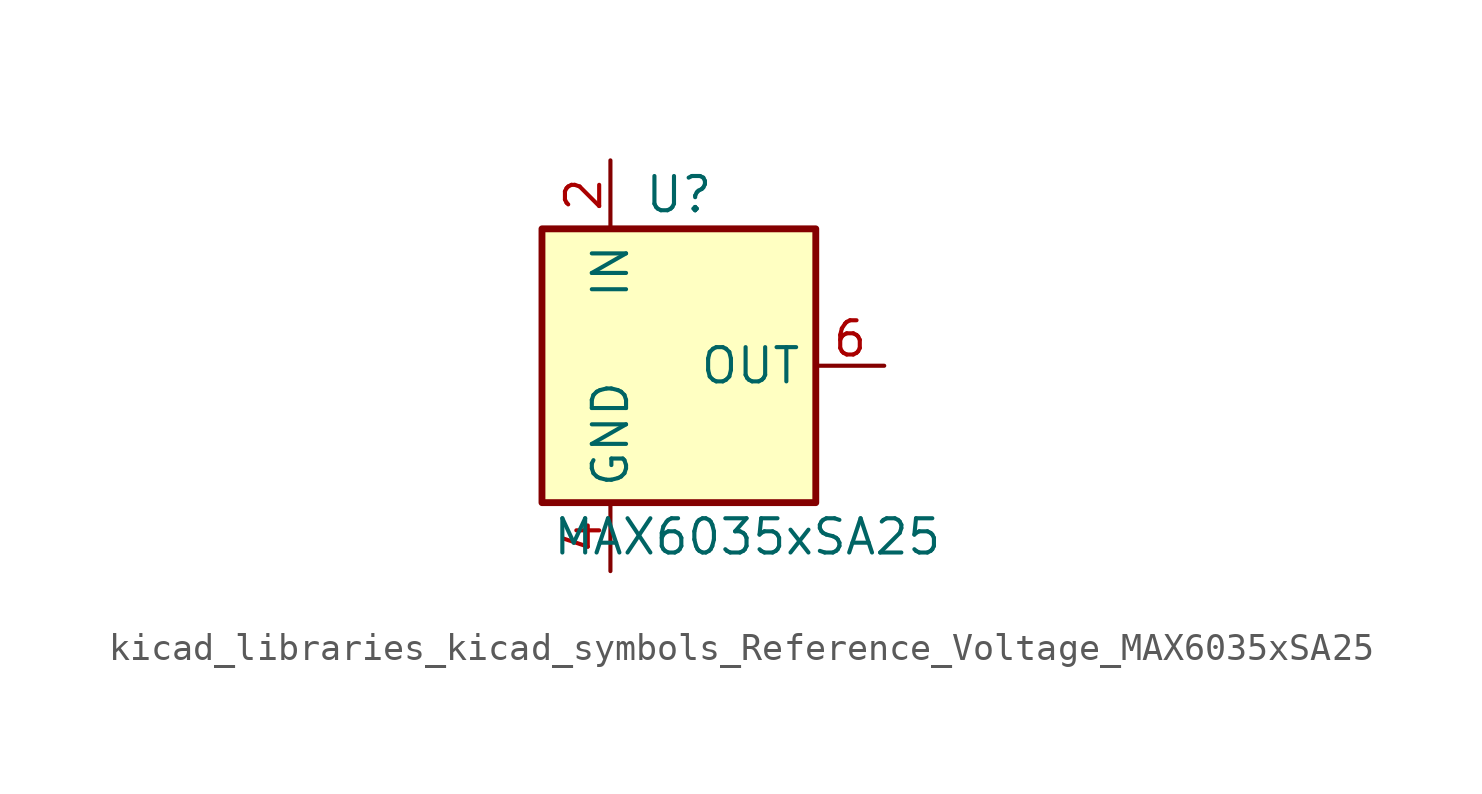
<source format=kicad_sym>
(kicad_symbol_lib
  (version 20220914)
  (generator kicad_symbol_editor)
  (symbol "kicad_libraries_kicad_symbols_Reference_Voltage_MAX6035xSA25"
    (property "Reference" "U"
      (at 0 6.35 0)
      (effects (font (size 1.27 1.27))))
    (property "Value" "MAX6035xSA25"
      (at 2.54 -6.35 0)
      (effects (font (size 1.27 1.27))))
    (symbol "kicad_libraries_kicad_symbols_Reference_Voltage_MAX6035xSA25_0_0"
      (pin no_connect line (at -5.08 0 0) (length 2.54) hide (name "NC" (effects (font (size 1.27 1.27)))) (number "3" (effects (font (size 1.27 1.27)))))
      (pin no_connect line (at 5.08 2.54 180) (length 2.54) hide (name "NC" (effects (font (size 1.27 1.27)))) (number "7" (effects (font (size 1.27 1.27)))))
      (pin no_connect line (at 5.08 -2.54 180) (length 2.54) hide (name "NC" (effects (font (size 1.27 1.27)))) (number "8" (effects (font (size 1.27 1.27))))))
    (symbol "kicad_libraries_kicad_symbols_Reference_Voltage_MAX6035xSA25_0_1"
      (rectangle (start -5.08 5.08) (end 5.08 -5.08) (stroke (width 0.254) (type default)) (fill (type background))))
    (symbol "kicad_libraries_kicad_symbols_Reference_Voltage_MAX6035xSA25_1_1"
      (pin no_connect line (at -5.08 2.54 0) (length 2.54) hide (name "NC" (effects (font (size 1.27 1.27)))) (number "1" (effects (font (size 1.27 1.27)))))
      (pin power_in line (at -2.54 7.62 270) (length 2.54) (name "IN" (effects (font (size 1.27 1.27)))) (number "2" (effects (font (size 1.27 1.27)))))
      (pin power_in line (at -2.54 -7.62 90) (length 2.54) (name "GND" (effects (font (size 1.27 1.27)))) (number "4" (effects (font (size 1.27 1.27)))))
      (pin no_connect line (at -5.08 -2.54 0) (length 2.54) hide (name "NC" (effects (font (size 1.27 1.27)))) (number "5" (effects (font (size 1.27 1.27)))))
      (pin power_out line (at 7.62 0 180) (length 2.54) (name "OUT" (effects (font (size 1.27 1.27)))) (number "6" (effects (font (size 1.27 1.27))))))))
</source>
